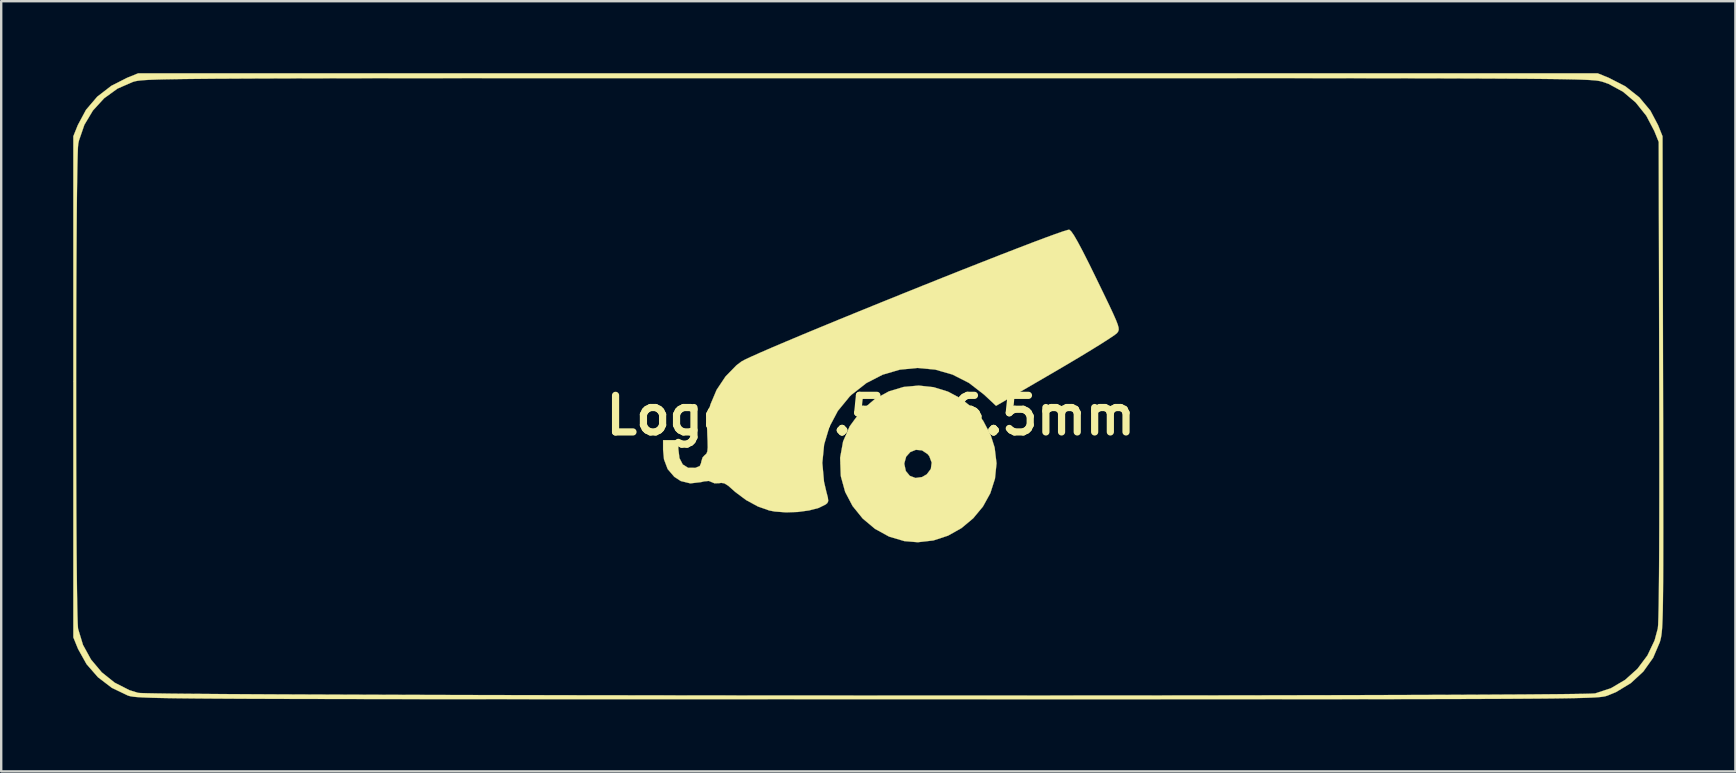
<source format=kicad_pcb>
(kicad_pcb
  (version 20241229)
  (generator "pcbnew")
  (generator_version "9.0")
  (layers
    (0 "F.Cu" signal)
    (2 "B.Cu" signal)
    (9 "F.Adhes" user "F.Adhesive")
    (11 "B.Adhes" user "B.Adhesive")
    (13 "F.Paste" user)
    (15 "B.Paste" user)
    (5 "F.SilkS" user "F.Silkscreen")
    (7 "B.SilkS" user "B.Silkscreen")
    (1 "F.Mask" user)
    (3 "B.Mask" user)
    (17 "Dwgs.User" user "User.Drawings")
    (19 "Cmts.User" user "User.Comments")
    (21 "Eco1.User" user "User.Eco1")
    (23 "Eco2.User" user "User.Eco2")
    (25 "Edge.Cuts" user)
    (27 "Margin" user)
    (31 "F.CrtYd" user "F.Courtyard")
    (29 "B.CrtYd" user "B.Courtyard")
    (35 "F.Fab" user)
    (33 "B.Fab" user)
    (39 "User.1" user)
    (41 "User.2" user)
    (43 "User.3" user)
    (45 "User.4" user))
  (footprint "Logo_78.5x36.5mm"
    (layer "F.Cu")
    (at 33.223 14.253)
    (property "Reference" "Logo_78.5x36.5mm" (at 0 0 0) (layer "F.SilkS") (effects (font (size 1.524 1.524) (thickness 0.3))))
    (attr through_hole)
    (fp_poly (pts (xy 2.616 -1.175) (xy 3.212 -0.991) (xy 3.767 -0.694) (xy 4.261 -0.291) (xy 4.676 0.215) (xy 4.993 0.817) (xy 5.159 1.34) (xy 5.238 1.997) (xy 5.173 2.636) (xy 4.98 3.241) (xy 4.673 3.796) (xy 4.267 4.286) (xy 3.778 4.695) (xy 3.22 5.009) (xy 2.608 5.21) (xy 1.958 5.284) (xy 1.397 5.237) (xy 0.762 5.049) (xy 0.177 4.728) (xy -0.337 4.297) (xy -0.758 3.777) (xy -1.067 3.19) (xy -1.242 2.558) (xy -1.251 2.495) (xy -1.268 2.024) (xy 1.397 2.024) (xy 1.46 2.319) (xy 1.626 2.518) (xy 1.862 2.607) (xy 2.134 2.569) (xy 2.331 2.455) (xy 2.501 2.232) (xy 2.537 1.966) (xy 2.437 1.7) (xy 2.367 1.612) (xy 2.133 1.457) (xy 1.88 1.434) (xy 1.647 1.526) (xy 1.474 1.718) (xy 1.398 1.992) (xy 1.397 2.024) (xy -1.268 2.024) (xy -1.277 1.764) (xy -1.154 1.087) (xy -0.881 0.459) (xy -0.456 -0.124) (xy -0.361 -0.228) (xy 0.172 -0.683) (xy 0.755 -1.001) (xy 1.369 -1.185) (xy 1.995 -1.242) (xy 2.616 -1.175)) (stroke (width 0.01) (type solid)) (fill yes) (layer "F.SilkS"))
    (fp_poly (pts (xy 8.345 -7.669) (xy 8.461 -7.504) (xy 8.62 -7.229) (xy 8.829 -6.837) (xy 9.092 -6.317) (xy 9.414 -5.661) (xy 9.418 -5.651) (xy 9.705 -5.06) (xy 9.929 -4.595) (xy 10.096 -4.238) (xy 10.213 -3.974) (xy 10.286 -3.785) (xy 10.322 -3.654) (xy 10.327 -3.565) (xy 10.307 -3.5) (xy 10.269 -3.444) (xy 10.263 -3.435) (xy 10.163 -3.353) (xy 9.941 -3.203) (xy 9.616 -2.994) (xy 9.202 -2.738) (xy 8.718 -2.444) (xy 8.179 -2.123) (xy 7.669 -1.824) (xy 5.218 -0.398) (xy 4.72 -0.864) (xy 4.09 -1.352) (xy 3.405 -1.7) (xy 2.685 -1.907) (xy 1.947 -1.976) (xy 1.211 -1.905) (xy 0.494 -1.695) (xy -0.184 -1.346) (xy -0.805 -0.859) (xy -0.882 -0.784) (xy -1.371 -0.188) (xy -1.726 0.483) (xy -1.943 1.21) (xy -2.019 1.978) (xy -1.948 2.766) (xy -1.854 3.171) (xy -1.789 3.42) (xy -1.772 3.564) (xy -1.807 3.649) (xy -1.877 3.709) (xy -2.167 3.853) (xy -2.569 3.959) (xy -3.037 4.023) (xy -3.527 4.04) (xy -3.996 4.005) (xy -4.227 3.962) (xy -4.702 3.795) (xy -5.196 3.526) (xy -5.646 3.19) (xy -5.718 3.125) (xy -5.941 2.929) (xy -6.1 2.831) (xy -6.234 2.811) (xy -6.303 2.823) (xy -6.508 2.83) (xy -6.623 2.782) (xy -6.746 2.731) (xy -6.941 2.748) (xy -7.071 2.78) (xy -7.517 2.832) (xy -7.914 2.735) (xy -8.184 2.56) (xy -8.461 2.237) (xy -8.614 1.832) (xy -8.652 1.431) (xy -8.652 1.032) (xy -8.017 1.032) (xy -8.017 1.394) (xy -7.97 1.78) (xy -7.832 2.045) (xy -7.611 2.182) (xy -7.314 2.185) (xy -7.298 2.182) (xy -7.124 2.11) (xy -7.066 1.975) (xy -7.064 1.939) (xy -7.007 1.752) (xy -6.917 1.656) (xy -6.848 1.596) (xy -6.808 1.499) (xy -6.793 1.333) (xy -6.798 1.063) (xy -6.809 0.83) (xy -6.821 0.414) (xy -6.802 0.087) (xy -6.745 -0.218) (xy -6.678 -0.458) (xy -6.423 -1.062) (xy -6.051 -1.62) (xy -5.595 -2.087) (xy -5.392 -2.241) (xy -5.246 -2.321) (xy -4.969 -2.451) (xy -4.575 -2.627) (xy -4.078 -2.842) (xy -3.488 -3.092) (xy -2.82 -3.373) (xy -2.086 -3.677) (xy -1.298 -4.002) (xy -0.469 -4.34) (xy 0.387 -4.688) (xy 1.259 -5.04) (xy 2.133 -5.392) (xy 2.996 -5.737) (xy 3.837 -6.071) (xy 4.642 -6.388) (xy 5.399 -6.685) (xy 6.095 -6.954) (xy 6.717 -7.193) (xy 7.252 -7.394) (xy 7.688 -7.553) (xy 8.011 -7.666) (xy 8.21 -7.726) (xy 8.269 -7.735) (xy 8.345 -7.669)) (stroke (width 0.01) (type solid)) (fill yes) (layer "F.SilkS"))
    (fp_poly (pts (xy 30.737 -14.064) (xy 31.43 -13.708) (xy 32.013 -13.248) (xy 32.475 -12.694) (xy 32.793 -12.092) (xy 32.98 -11.628) (xy 33.002 -1.349) (xy 33.005 0.138) (xy 33.007 1.475) (xy 33.009 2.671) (xy 33.01 3.733) (xy 33.011 4.67) (xy 33.01 5.491) (xy 33.009 6.204) (xy 33.006 6.818) (xy 33.002 7.34) (xy 32.997 7.78) (xy 32.991 8.146) (xy 32.982 8.447) (xy 32.972 8.69) (xy 32.961 8.885) (xy 32.947 9.04) (xy 32.932 9.163) (xy 32.914 9.263) (xy 32.894 9.349) (xy 32.872 9.428) (xy 32.863 9.456) (xy 32.588 10.099) (xy 32.18 10.671) (xy 31.66 11.152) (xy 31.045 11.525) (xy 30.697 11.668) (xy 30.657 11.682) (xy 30.613 11.695) (xy 30.562 11.707) (xy 30.497 11.718) (xy 30.414 11.729) (xy 30.309 11.738) (xy 30.176 11.748) (xy 30.012 11.756) (xy 29.811 11.764) (xy 29.568 11.771) (xy 29.279 11.778) (xy 28.939 11.784) (xy 28.543 11.79) (xy 28.087 11.795) (xy 27.565 11.799) (xy 26.973 11.803) (xy 26.306 11.807) (xy 25.56 11.81) (xy 24.73 11.813) (xy 23.81 11.815) (xy 22.797 11.817) (xy 21.685 11.819) (xy 20.469 11.821) (xy 19.146 11.822) (xy 17.709 11.823) (xy 16.155 11.824) (xy 14.479 11.824) (xy 12.676 11.824) (xy 10.74 11.825) (xy 8.668 11.825) (xy 6.455 11.825) (xy 4.096 11.824) (xy 1.585 11.824) (xy -0.137 11.824) (xy -2.749 11.824) (xy -5.206 11.823) (xy -7.515 11.823) (xy -9.679 11.823) (xy -11.703 11.822) (xy -13.592 11.822) (xy -15.351 11.821) (xy -16.984 11.82) (xy -18.497 11.819) (xy -19.894 11.818) (xy -21.179 11.816) (xy -22.358 11.814) (xy -23.436 11.812) (xy -24.416 11.81) (xy -25.304 11.807) (xy -26.105 11.804) (xy -26.823 11.8) (xy -27.463 11.796) (xy -28.03 11.792) (xy -28.528 11.787) (xy -28.963 11.782) (xy -29.338 11.776) (xy -29.66 11.77) (xy -29.932 11.763) (xy -30.159 11.755) (xy -30.346 11.747) (xy -30.499 11.738) (xy -30.62 11.729) (xy -30.716 11.719) (xy -30.791 11.708) (xy -30.85 11.697) (xy -30.898 11.684) (xy -30.939 11.671) (xy -30.956 11.665) (xy -31.616 11.348) (xy -32.193 10.907) (xy -32.669 10.361) (xy -33.021 9.73) (xy -33.04 9.684) (xy -33.218 9.247) (xy -33.218 -0.285) (xy -33.102 -0.285) (xy -33.101 0.819) (xy -33.099 1.901) (xy -33.096 2.949) (xy -33.093 3.951) (xy -33.088 4.895) (xy -33.082 5.768) (xy -33.074 6.559) (xy -33.066 7.256) (xy -33.057 7.846) (xy -33.047 8.318) (xy -33.036 8.66) (xy -33.024 8.859) (xy -33.019 8.893) (xy -32.816 9.561) (xy -32.481 10.171) (xy -32.034 10.703) (xy -31.495 11.134) (xy -30.882 11.446) (xy -30.52 11.558) (xy -30.407 11.566) (xy -30.142 11.574) (xy -29.731 11.582) (xy -29.182 11.59) (xy -28.501 11.597) (xy -27.695 11.603) (xy -26.771 11.61) (xy -25.735 11.616) (xy -24.594 11.622) (xy -23.354 11.627) (xy -22.023 11.632) (xy -20.608 11.637) (xy -19.114 11.642) (xy -17.548 11.646) (xy -15.919 11.65) (xy -14.231 11.653) (xy -12.492 11.657) (xy -10.708 11.659) (xy -8.887 11.662) (xy -7.034 11.664) (xy -5.157 11.666) (xy -3.263 11.667) (xy -1.358 11.668) (xy 0.552 11.669) (xy 2.459 11.669) (xy 4.356 11.669) (xy 6.238 11.669) (xy 8.097 11.668) (xy 9.927 11.667) (xy 11.72 11.666) (xy 13.471 11.664) (xy 15.172 11.662) (xy 16.816 11.659) (xy 18.398 11.656) (xy 19.91 11.653) (xy 21.345 11.649) (xy 22.698 11.645) (xy 23.96 11.641) (xy 25.126 11.636) (xy 26.188 11.63) (xy 27.14 11.625) (xy 27.976 11.618) (xy 28.688 11.612) (xy 29.27 11.605) (xy 29.715 11.598) (xy 30.016 11.59) (xy 30.167 11.582) (xy 30.178 11.58) (xy 30.83 11.366) (xy 31.422 11.017) (xy 31.935 10.556) (xy 32.351 10.001) (xy 32.65 9.372) (xy 32.784 8.874) (xy 32.798 8.719) (xy 32.809 8.407) (xy 32.82 7.94) (xy 32.828 7.32) (xy 32.835 6.549) (xy 32.841 5.629) (xy 32.845 4.563) (xy 32.847 3.351) (xy 32.848 1.995) (xy 32.847 0.499) (xy 32.844 -1.137) (xy 32.843 -1.476) (xy 32.822 -11.39) (xy 32.638 -11.846) (xy 32.305 -12.481) (xy 31.863 -13.034) (xy 31.335 -13.482) (xy 30.742 -13.805) (xy 30.505 -13.889) (xy 30.459 -13.903) (xy 30.41 -13.916) (xy 30.354 -13.928) (xy 30.285 -13.94) (xy 30.199 -13.951) (xy 30.091 -13.96) (xy 29.957 -13.97) (xy 29.79 -13.978) (xy 29.588 -13.986) (xy 29.344 -13.994) (xy 29.054 -14) (xy 28.714 -14.007) (xy 28.318 -14.012) (xy 27.862 -14.017) (xy 27.34 -14.022) (xy 26.749 -14.026) (xy 26.083 -14.03) (xy 25.338 -14.033) (xy 24.509 -14.036) (xy 23.59 -14.039) (xy 22.578 -14.041) (xy 21.467 -14.043) (xy 20.253 -14.044) (xy 18.93 -14.046) (xy 17.495 -14.047) (xy 15.942 -14.047) (xy 14.266 -14.048) (xy 12.463 -14.049) (xy 10.528 -14.049) (xy 8.456 -14.049) (xy 6.243 -14.049) (xy 3.883 -14.049) (xy 1.371 -14.049) (xy -0.119 -14.049) (xy -2.718 -14.049) (xy -5.163 -14.049) (xy -7.459 -14.049) (xy -9.61 -14.049) (xy -11.622 -14.049) (xy -13.499 -14.048) (xy -15.246 -14.048) (xy -16.868 -14.047) (xy -18.37 -14.046) (xy -19.755 -14.045) (xy -21.03 -14.044) (xy -22.199 -14.042) (xy -23.266 -14.04) (xy -24.237 -14.038) (xy -25.117 -14.035) (xy -25.909 -14.032) (xy -26.619 -14.028) (xy -27.252 -14.025) (xy -27.812 -14.02) (xy -28.305 -14.015) (xy -28.734 -14.01) (xy -29.105 -14.004) (xy -29.423 -13.998) (xy -29.692 -13.991) (xy -29.918 -13.983) (xy -30.104 -13.975) (xy -30.256 -13.966) (xy -30.379 -13.956) (xy -30.477 -13.946) (xy -30.555 -13.935) (xy -30.618 -13.923) (xy -30.67 -13.911) (xy -30.717 -13.897) (xy -30.746 -13.888) (xy -31.377 -13.613) (xy -31.935 -13.21) (xy -32.402 -12.7) (xy -32.758 -12.105) (xy -32.985 -11.445) (xy -33.013 -11.313) (xy -33.026 -11.164) (xy -33.037 -10.869) (xy -33.048 -10.44) (xy -33.058 -9.888) (xy -33.067 -9.226) (xy -33.075 -8.466) (xy -33.081 -7.619) (xy -33.087 -6.698) (xy -33.092 -5.714) (xy -33.096 -4.681) (xy -33.099 -3.609) (xy -33.101 -2.511) (xy -33.102 -1.399) (xy -33.102 -0.285) (xy -33.218 -0.285) (xy -33.218 -11.628) (xy -33.031 -12.092) (xy -32.691 -12.727) (xy -32.222 -13.276) (xy -31.633 -13.73) (xy -30.975 -14.064) (xy -30.52 -14.248) (xy 30.282 -14.248) (xy 30.737 -14.064)) (stroke (width 0.01) (type solid)) (fill yes) (layer "F.SilkS")))
  (gr_rect
    (start -3 -3)
    (end 69.239 29.082)
    (stroke (width 0.1) (type default))
    (fill no)
    (layer "Edge.Cuts")))
</source>
